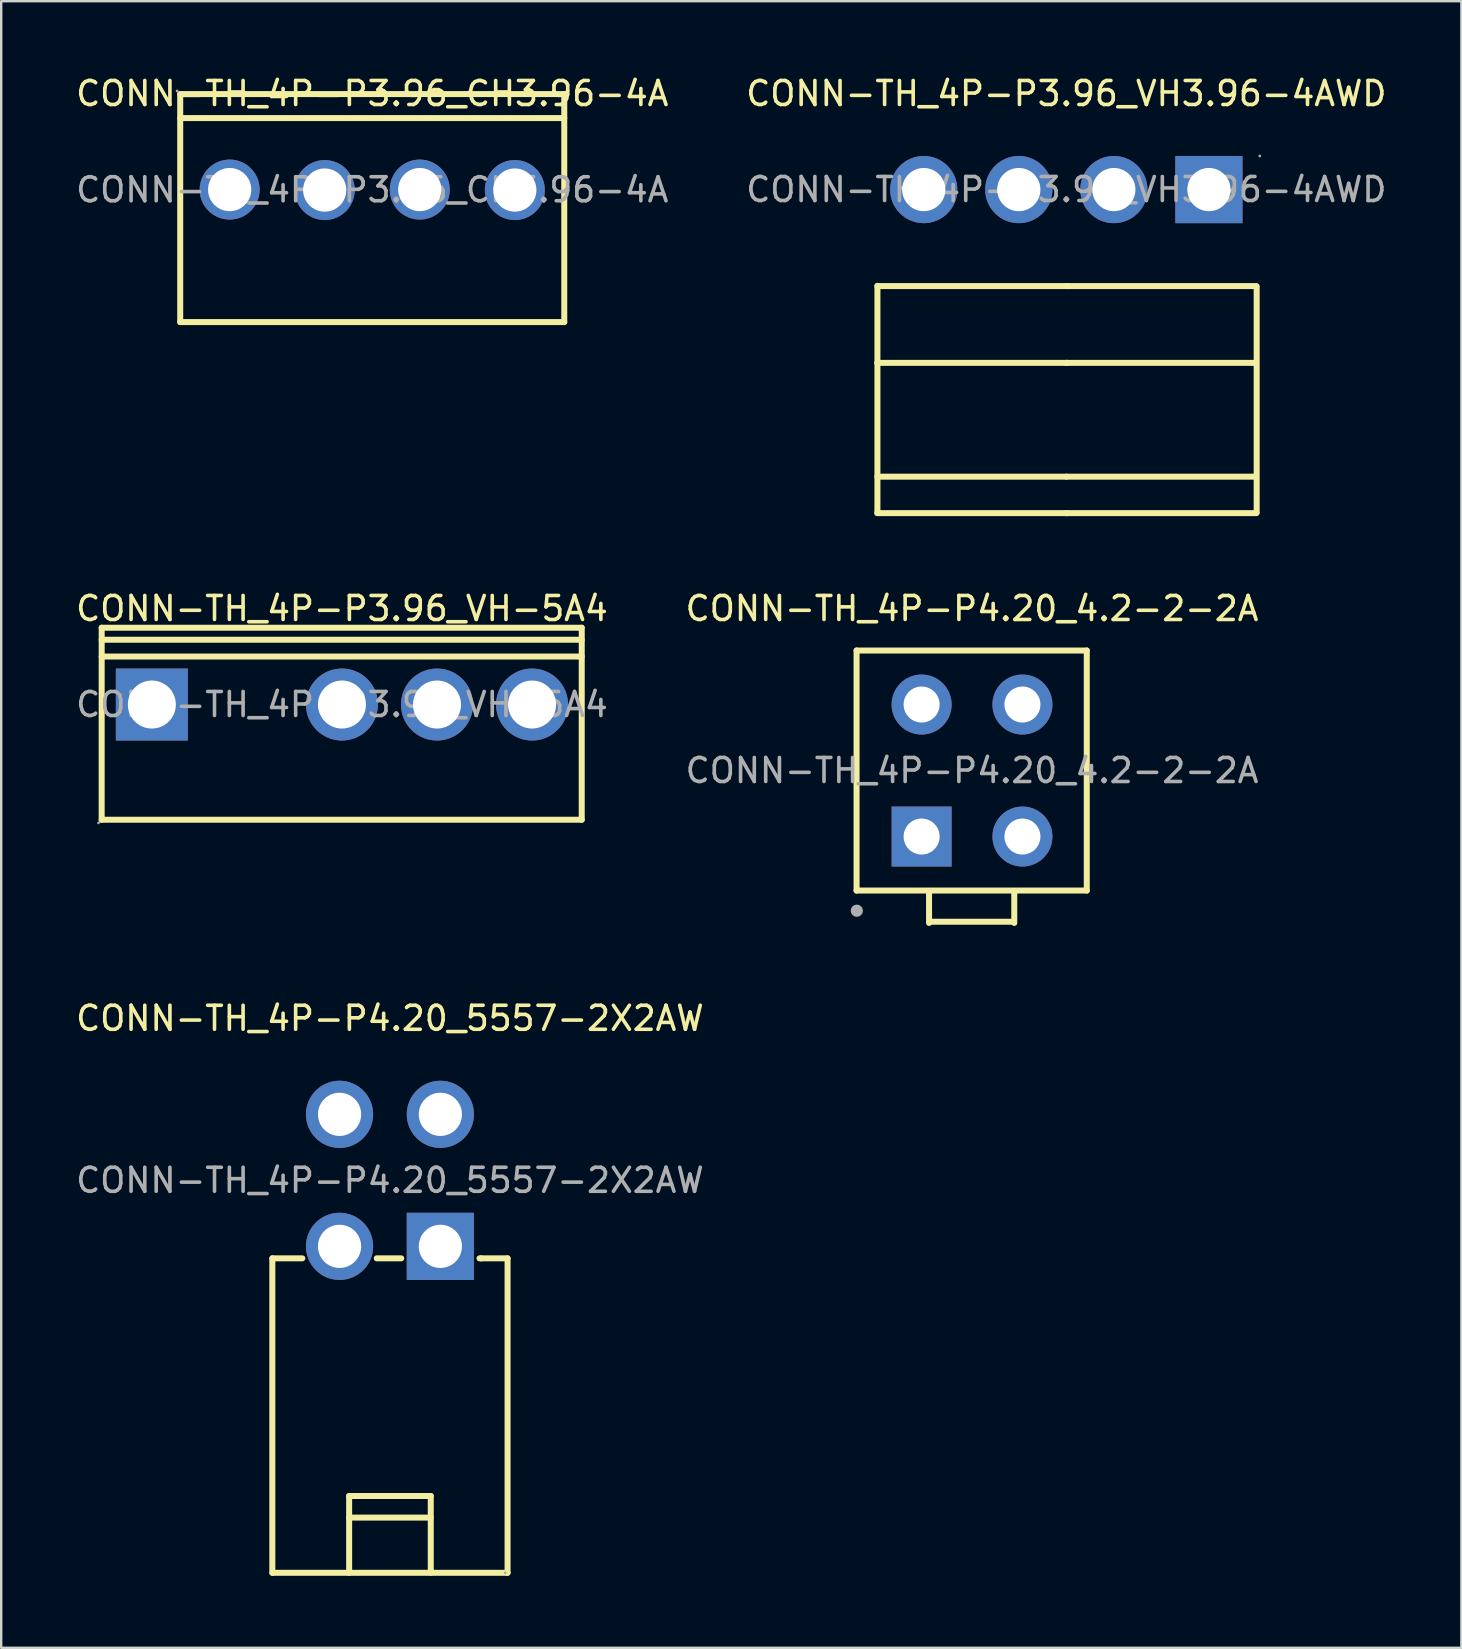
<source format=kicad_pcb>
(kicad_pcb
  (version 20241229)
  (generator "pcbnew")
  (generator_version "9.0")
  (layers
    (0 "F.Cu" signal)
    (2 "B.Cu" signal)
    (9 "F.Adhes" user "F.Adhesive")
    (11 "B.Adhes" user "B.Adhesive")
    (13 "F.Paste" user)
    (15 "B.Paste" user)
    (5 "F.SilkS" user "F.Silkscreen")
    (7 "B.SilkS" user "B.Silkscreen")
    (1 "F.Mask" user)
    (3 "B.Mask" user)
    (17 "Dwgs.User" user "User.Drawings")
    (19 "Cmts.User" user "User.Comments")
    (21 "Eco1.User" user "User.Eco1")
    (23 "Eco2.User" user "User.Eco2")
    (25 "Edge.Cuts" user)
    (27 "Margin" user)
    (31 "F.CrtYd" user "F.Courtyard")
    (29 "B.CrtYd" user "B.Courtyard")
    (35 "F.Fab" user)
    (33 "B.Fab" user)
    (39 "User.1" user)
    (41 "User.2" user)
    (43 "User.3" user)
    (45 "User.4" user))
  (footprint "CONN-TH_4P-P4.20_5557-2X2AW"
    (layer "F.Cu")
    (at 13.196 46.125)
    (property "Reference" "CONN-TH_4P-P4.20_5557-2X2AW" (at 0 -6.75 0) (layer "F.SilkS") (effects (font (size 1 1) (thickness 0.15))))
    (attr through_hole)
    (fp_line (start -4.9 3.25) (end -4.9 16.35) (stroke (width 0.25) (type solid)) (layer "F.SilkS"))
    (fp_line (start -4.9 3.25) (end -3.65 3.25) (stroke (width 0.25) (type solid)) (layer "F.SilkS"))
    (fp_line (start -4.9 16.35) (end 4.9 16.35) (stroke (width 0.25) (type solid)) (layer "F.SilkS"))
    (fp_line (start -1.7 16.35) (end -1.7 13.15) (stroke (width 0.25) (type solid)) (layer "F.SilkS"))
    (fp_line (start -0.55 3.25) (end 0.47 3.25) (stroke (width 0.25) (type solid)) (layer "F.SilkS"))
    (fp_line (start 1.7 13.15) (end -1.7 13.15) (stroke (width 0.25) (type solid)) (layer "F.SilkS"))
    (fp_line (start 1.7 14.05) (end -1.7 14.05) (stroke (width 0.25) (type solid)) (layer "F.SilkS"))
    (fp_line (start 1.7 16.35) (end 1.7 13.15) (stroke (width 0.25) (type solid)) (layer "F.SilkS"))
    (fp_line (start 3.73 3.25) (end 3.8 3.25) (stroke (width 0.25) (type solid)) (layer "F.SilkS"))
    (fp_line (start 4.9 3.25) (end 3.8 3.25) (stroke (width 0.25) (type solid)) (layer "F.SilkS"))
    (fp_line (start 4.9 3.25) (end 4.9 16.35) (stroke (width 0.25) (type solid)) (layer "F.SilkS"))
    (fp_circle (center 4.8 16.35) (end 4.83 16.35) (stroke (width 0.06) (type solid)) (fill no) (layer "F.Fab"))
    (fp_text user "${REFERENCE}" (at 0 0 0) (layer "F.Fab") (effects (font (size 1 1) (thickness 0.15))))
    (pad "1" thru_hole rect (at 2.1 2.75) (size 2.8 2.8) (drill 1.8) (layers "*.Cu" "*.Paste" "*.Mask"))
    (pad "2" thru_hole circle (at -2.1 2.75) (size 2.8 2.8) (drill 1.8) (layers "*.Cu" "*.Paste" "*.Mask"))
    (pad "3" thru_hole circle (at 2.1 -2.75) (size 2.8 2.8) (drill 1.8) (layers "*.Cu" "*.Paste" "*.Mask"))
    (pad "4" thru_hole circle (at -2.1 -2.75) (size 2.8 2.8) (drill 1.8) (layers "*.Cu" "*.Paste" "*.Mask")))
  (footprint "CONN-TH_4P-P3.96_VH-5A4"
    (layer "F.Cu")
    (at 11.196 26.302)
    (property "Reference" "CONN-TH_4P-P3.96_VH-5A4" (at 0 -4 0) (layer "F.SilkS") (effects (font (size 1 1) (thickness 0.15))))
    (attr through_hole)
    (fp_line (start -10.01 -3.2) (end -10.01 4.8) (stroke (width 0.25) (type solid)) (layer "F.SilkS"))
    (fp_line (start -10.01 -2.7) (end 9.99 -2.7) (stroke (width 0.25) (type solid)) (layer "F.SilkS"))
    (fp_line (start -10.01 4.8) (end 9.99 4.8) (stroke (width 0.25) (type solid)) (layer "F.SilkS"))
    (fp_line (start 9.99 -3.2) (end -10.01 -3.2) (stroke (width 0.25) (type solid)) (layer "F.SilkS"))
    (fp_line (start 9.99 -2) (end -10.01 -2) (stroke (width 0.25) (type solid)) (layer "F.SilkS"))
    (fp_line (start 9.99 4.8) (end 9.99 -3.2) (stroke (width 0.25) (type solid)) (layer "F.SilkS"))
    (fp_circle (center -10.14 4.93) (end -10.11 4.93) (stroke (width 0.06) (type solid)) (fill no) (layer "F.Fab"))
    (fp_circle (center -7.92 0) (end -7.47 0) (stroke (width 0.9) (type solid)) (fill no) (layer "F.Fab"))
    (fp_circle (center 0 0) (end 0.45 0) (stroke (width 0.9) (type solid)) (fill no) (layer "F.Fab"))
    (fp_circle (center 3.96 0) (end 4.41 0) (stroke (width 0.9) (type solid)) (fill no) (layer "F.Fab"))
    (fp_circle (center 7.92 0) (end 8.37 0) (stroke (width 0.9) (type solid)) (fill no) (layer "F.Fab"))
    (fp_text user "${REFERENCE}" (at 0 0 0) (layer "F.Fab") (effects (font (size 1 1) (thickness 0.15))))
    (pad "1" thru_hole rect (at -7.92 0) (size 3 3) (drill 2) (layers "*.Cu" "*.Paste" "*.Mask"))
    (pad "3" thru_hole circle (at 0 0) (size 3 3) (drill 2) (layers "*.Cu" "*.Paste" "*.Mask"))
    (pad "4" thru_hole circle (at 3.96 0) (size 3 3) (drill 2) (layers "*.Cu" "*.Paste" "*.Mask"))
    (pad "5" thru_hole circle (at 7.92 0) (size 3 3) (drill 2) (layers "*.Cu" "*.Paste" "*.Mask")))
  (footprint "CONN-TH_4P-P4.20_4.2-2-2A"
    (layer "F.Cu")
    (at 37.446 29.052)
    (property "Reference" "CONN-TH_4P-P4.20_4.2-2-2A" (at 0 -6.75 0) (layer "F.SilkS") (effects (font (size 1 1) (thickness 0.15))))
    (attr through_hole)
    (fp_line (start -4.81 -5) (end -4.81 5) (stroke (width 0.25) (type solid)) (layer "F.SilkS"))
    (fp_line (start -4.81 -5) (end 4.78 -5) (stroke (width 0.25) (type solid)) (layer "F.SilkS"))
    (fp_line (start -4.81 5) (end 4.78 5) (stroke (width 0.25) (type solid)) (layer "F.SilkS"))
    (fp_line (start -1.79 6.35) (end -1.79 5.08) (stroke (width 0.25) (type solid)) (layer "F.SilkS"))
    (fp_line (start -1.71 6.3) (end 1.69 6.3) (stroke (width 0.25) (type solid)) (layer "F.SilkS"))
    (fp_line (start 1.76 6.35) (end 1.76 5.08) (stroke (width 0.25) (type solid)) (layer "F.SilkS"))
    (fp_line (start 4.78 -5) (end 4.78 5) (stroke (width 0.25) (type solid)) (layer "F.SilkS"))
    (fp_circle (center -4.8 5.84) (end -4.67 5.84) (stroke (width 0.25) (type solid)) (fill no) (layer "F.Fab"))
    (fp_text user "${REFERENCE}" (at 0 0 0) (layer "F.Fab") (effects (font (size 1 1) (thickness 0.15))))
    (pad "1" thru_hole rect (at -2.1 2.75) (size 2.5 2.5) (drill 1.5) (layers "*.Cu" "*.Paste" "*.Mask"))
    (pad "2" thru_hole circle (at -2.1 -2.75) (size 2.5 2.5) (drill 1.5) (layers "*.Cu" "*.Paste" "*.Mask"))
    (pad "3" thru_hole circle (at 2.1 2.75) (size 2.5 2.5) (drill 1.5) (layers "*.Cu" "*.Paste" "*.Mask"))
    (pad "4" thru_hole circle (at 2.1 -2.75) (size 2.5 2.5) (drill 1.5) (layers "*.Cu" "*.Paste" "*.Mask")))
  (footprint "CONN-TH_4P-P3.96_CH3.96-4A"
    (layer "F.Cu")
    (at 12.458 4.858)
    (property "Reference" "CONN-TH_4P-P3.96_CH3.96-4A" (at 0 -4.01 0) (layer "F.SilkS") (effects (font (size 1 1) (thickness 0.15))))
    (attr through_hole)
    (fp_line (start -8 -3.99) (end -8 5.51) (stroke (width 0.25) (type solid)) (layer "F.SilkS"))
    (fp_line (start -8 -3.99) (end 8 -3.99) (stroke (width 0.25) (type solid)) (layer "F.SilkS"))
    (fp_line (start -8 -2.99) (end 8 -2.99) (stroke (width 0.25) (type solid)) (layer "F.SilkS"))
    (fp_line (start -8 5.51) (end 8 5.51) (stroke (width 0.25) (type solid)) (layer "F.SilkS"))
    (fp_line (start 8 -3.99) (end 8 5.51) (stroke (width 0.25) (type solid)) (layer "F.SilkS"))
    (fp_circle (center -8.13 -4.12) (end -8.1 -4.12) (stroke (width 0.06) (type solid)) (fill no) (layer "F.Fab"))
    (fp_circle (center -5.94 -0.01) (end -5.54 -0.01) (stroke (width 0.8) (type solid)) (fill no) (layer "F.Fab"))
    (fp_circle (center -1.98 0.01) (end -1.58 0.01) (stroke (width 0.8) (type solid)) (fill no) (layer "F.Fab"))
    (fp_circle (center 1.98 -0.01) (end 2.38 -0.01) (stroke (width 0.8) (type solid)) (fill no) (layer "F.Fab"))
    (fp_circle (center 5.94 0.01) (end 6.34 0.01) (stroke (width 0.8) (type solid)) (fill no) (layer "F.Fab"))
    (fp_text user "${REFERENCE}" (at 0 0 0) (layer "F.Fab") (effects (font (size 1 1) (thickness 0.15))))
    (pad "1" thru_hole circle (at -5.94 -0.01) (size 2.5 2.5) (drill 1.8) (layers "*.Cu" "*.Paste" "*.Mask"))
    (pad "2" thru_hole circle (at -1.98 0.01) (size 2.5 2.5) (drill 1.8) (layers "*.Cu" "*.Paste" "*.Mask"))
    (pad "3" thru_hole circle (at 1.98 -0.01) (size 2.5 2.5) (drill 1.8) (layers "*.Cu" "*.Paste" "*.Mask"))
    (pad "4" thru_hole circle (at 5.94 0.01) (size 2.5 2.5) (drill 1.8) (layers "*.Cu" "*.Paste" "*.Mask")))
  (footprint "CONN-TH_4P-P3.96_VH3.96-4AWD"
    (layer "F.Cu")
    (at 41.375 4.848)
    (property "Reference" "CONN-TH_4P-P3.96_VH3.96-4AWD" (at 0 -4 0) (layer "F.SilkS") (effects (font (size 1 1) (thickness 0.15))))
    (attr through_hole)
    (fp_line (start -7.88 13.48) (end 0.05 13.48) (stroke (width 0.25) (type solid)) (layer "F.SilkS"))
    (fp_line (start -7.87 13.41) (end -7.87 4.01) (stroke (width 0.25) (type solid)) (layer "F.SilkS"))
    (fp_line (start -0.01 13.48) (end 7.92 13.48) (stroke (width 0.25) (type solid)) (layer "F.SilkS"))
    (fp_line (start 0 11.96) (end -7.87 11.96) (stroke (width 0.25) (type solid)) (layer "F.SilkS"))
    (fp_line (start 0.03 7.22) (end -7.88 7.22) (stroke (width 0.25) (type solid)) (layer "F.SilkS"))
    (fp_line (start 0.05 4.02) (end -7.87 4.02) (stroke (width 0.25) (type solid)) (layer "F.SilkS"))
    (fp_line (start 7.87 11.96) (end 0 11.96) (stroke (width 0.25) (type solid)) (layer "F.SilkS"))
    (fp_line (start 7.9 7.22) (end -0.01 7.22) (stroke (width 0.25) (type solid)) (layer "F.SilkS"))
    (fp_line (start 7.92 4.02) (end 0 4.02) (stroke (width 0.25) (type solid)) (layer "F.SilkS"))
    (fp_line (start 7.93 13.45) (end 7.93 4.05) (stroke (width 0.25) (type solid)) (layer "F.SilkS"))
    (fp_circle (center -5.94 0) (end -5.54 0) (stroke (width 0.8) (type solid)) (fill no) (layer "F.Fab"))
    (fp_circle (center -1.98 0) (end -1.58 0) (stroke (width 0.8) (type solid)) (fill no) (layer "F.Fab"))
    (fp_circle (center 1.98 0) (end 2.38 0) (stroke (width 0.8) (type solid)) (fill no) (layer "F.Fab"))
    (fp_circle (center 5.94 0) (end 6.34 0) (stroke (width 0.8) (type solid)) (fill no) (layer "F.Fab"))
    (fp_circle (center 8.06 -1.4) (end 8.09 -1.4) (stroke (width 0.06) (type solid)) (fill no) (layer "F.Fab"))
    (fp_text user "${REFERENCE}" (at 0 0 0) (layer "F.Fab") (effects (font (size 1 1) (thickness 0.15))))
    (pad "1" thru_hole rect (at 5.94 0 180) (size 2.8 2.8) (drill 1.8) (layers "*.Cu" "*.Paste" "*.Mask"))
    (pad "2" thru_hole circle (at 1.98 0 180) (size 2.8 2.8) (drill 1.8) (layers "*.Cu" "*.Paste" "*.Mask"))
    (pad "3" thru_hole circle (at -1.98 0 180) (size 2.8 2.8) (drill 1.8) (layers "*.Cu" "*.Paste" "*.Mask"))
    (pad "4" thru_hole circle (at -5.94 0 180) (size 2.8 2.8) (drill 1.8) (layers "*.Cu" "*.Paste" "*.Mask")))
  (gr_rect
    (start -3 -3)
    (end 57.833 65.6)
    (stroke (width 0.1) (type default))
    (fill no)
    (layer "Edge.Cuts")))
</source>
